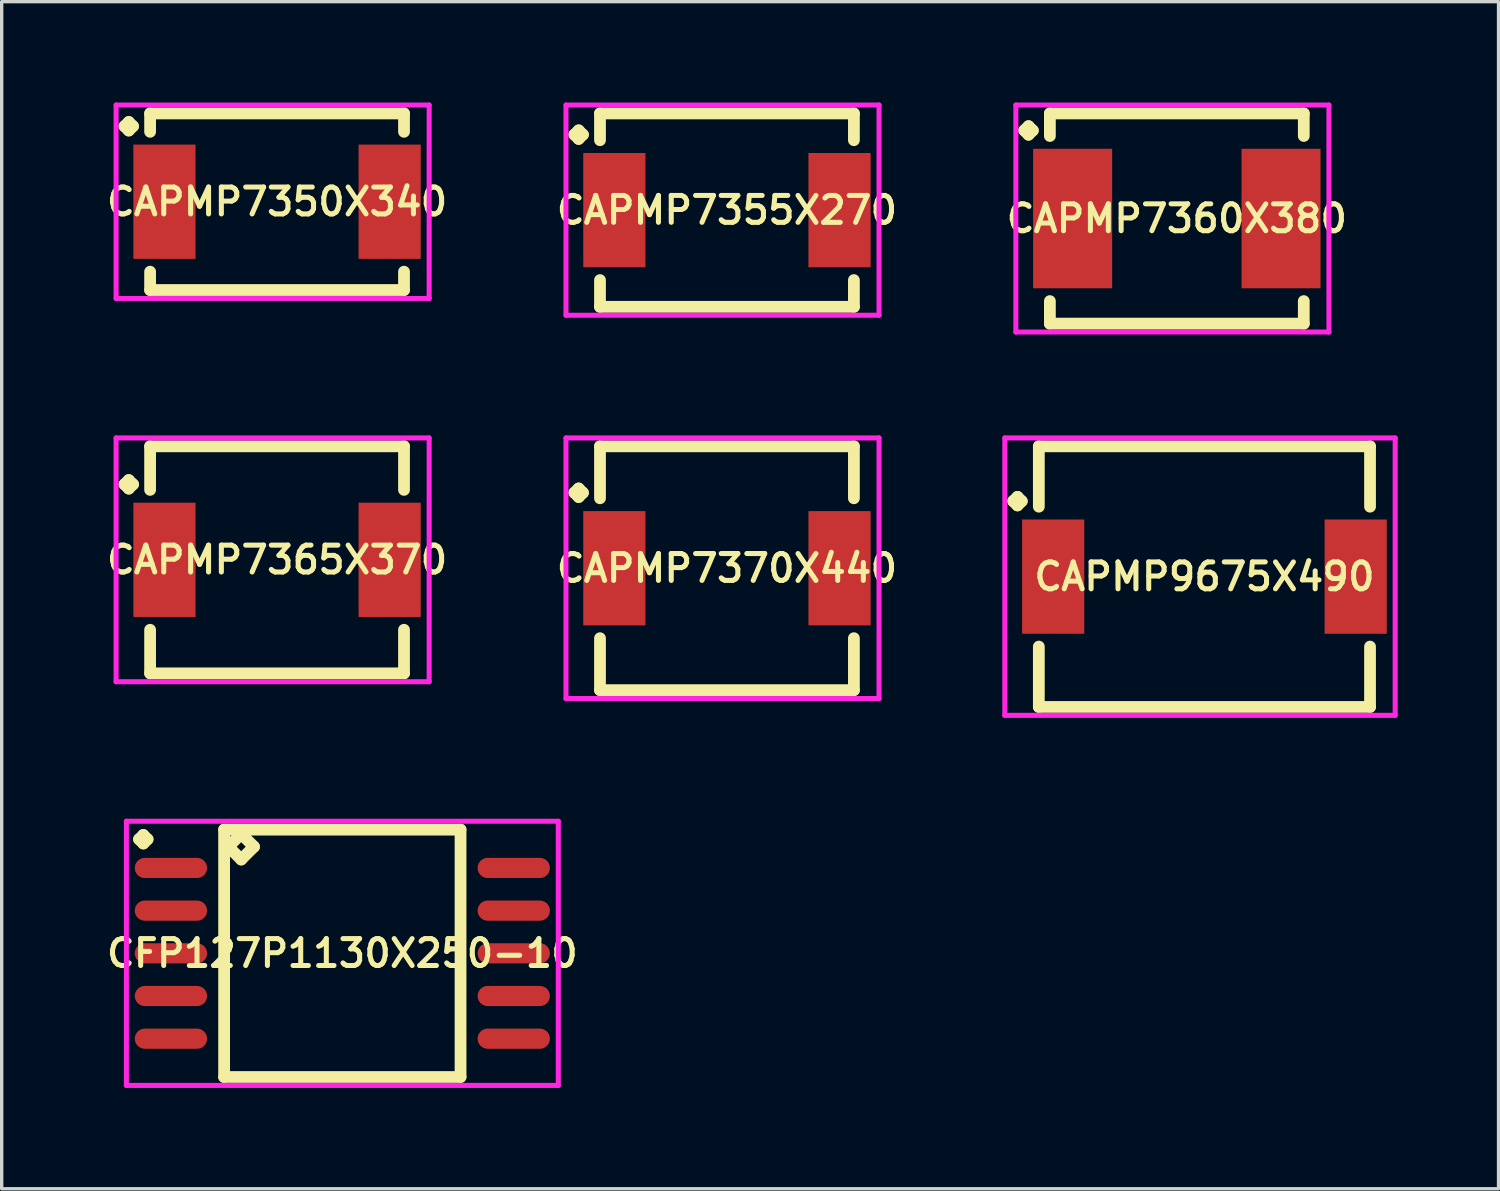
<source format=kicad_pcb>
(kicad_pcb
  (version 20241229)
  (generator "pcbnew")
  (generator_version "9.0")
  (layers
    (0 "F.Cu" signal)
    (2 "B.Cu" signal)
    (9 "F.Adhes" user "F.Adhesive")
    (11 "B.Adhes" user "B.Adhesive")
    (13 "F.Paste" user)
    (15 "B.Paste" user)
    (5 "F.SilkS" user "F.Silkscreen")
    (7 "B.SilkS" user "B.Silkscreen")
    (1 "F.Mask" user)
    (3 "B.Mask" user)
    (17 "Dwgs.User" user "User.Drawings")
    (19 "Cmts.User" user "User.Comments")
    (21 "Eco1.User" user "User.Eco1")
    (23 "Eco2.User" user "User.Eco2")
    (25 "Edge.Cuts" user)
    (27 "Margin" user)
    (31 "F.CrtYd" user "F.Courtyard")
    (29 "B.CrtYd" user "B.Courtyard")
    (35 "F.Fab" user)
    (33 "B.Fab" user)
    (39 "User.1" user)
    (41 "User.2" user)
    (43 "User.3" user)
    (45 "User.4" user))
  (footprint "CAPMP7360X380"
    (layer "F.Cu")
    (at 31.963 3.452)
    (property "Reference" "CAPMP7360X380" (at 0 0 0) (layer "F.SilkS") (effects (font (size 0.8 0.8) (thickness 0.15))))
    (attr smd)
    (fp_line (start -4.539 -2.621) (end -4.412 -2.748) (stroke (width 0.35) (type solid)) (layer "F.SilkS"))
    (fp_line (start -4.412 -2.748) (end -4.285 -2.621) (stroke (width 0.35) (type solid)) (layer "F.SilkS"))
    (fp_line (start -4.412 -2.494) (end -4.539 -2.621) (stroke (width 0.35) (type solid)) (layer "F.SilkS"))
    (fp_line (start -4.285 -2.621) (end -4.412 -2.494) (stroke (width 0.35) (type solid)) (layer "F.SilkS"))
    (fp_line (start -3.777 -3.127) (end 3.777 -3.127) (stroke (width 0.35) (type solid)) (layer "F.SilkS"))
    (fp_line (start -3.777 -2.456) (end -3.777 -3.127) (stroke (width 0.35) (type solid)) (layer "F.SilkS"))
    (fp_line (start -3.777 2.456) (end -3.777 3.127) (stroke (width 0.35) (type solid)) (layer "F.SilkS"))
    (fp_line (start -3.777 3.127) (end 3.777 3.127) (stroke (width 0.35) (type solid)) (layer "F.SilkS"))
    (fp_line (start 3.777 -3.127) (end 3.777 -2.456) (stroke (width 0.35) (type solid)) (layer "F.SilkS"))
    (fp_line (start 3.777 3.127) (end 3.777 2.456) (stroke (width 0.35) (type solid)) (layer "F.SilkS"))
    (fp_line (start -4.789 -3.377) (end 4.525 -3.377) (stroke (width 0.15) (type solid)) (layer "F.CrtYd"))
    (fp_line (start -4.789 3.377) (end -4.789 -3.377) (stroke (width 0.15) (type solid)) (layer "F.CrtYd"))
    (fp_line (start 4.525 -3.377) (end 4.525 3.377) (stroke (width 0.15) (type solid)) (layer "F.CrtYd"))
    (fp_line (start 4.525 3.377) (end -4.789 3.377) (stroke (width 0.15) (type solid)) (layer "F.CrtYd"))
    (pad "1" smd rect (at -3.1 0) (size 2.35 4.15) (layers "F.Cu" "F.Mask" "F.Paste"))
    (pad "2" smd rect (at 3.1 0) (size 2.35 4.15) (layers "F.Cu" "F.Mask" "F.Paste")))
  (footprint "CAPMP7350X340"
    (layer "F.Cu")
    (at 5.193 2.952)
    (property "Reference" "CAPMP7350X340" (at 0 0 0) (layer "F.SilkS") (effects (font (size 0.8 0.8) (thickness 0.15))))
    (attr smd)
    (fp_line (start -4.539 -2.246) (end -4.412 -2.373) (stroke (width 0.35) (type solid)) (layer "F.SilkS"))
    (fp_line (start -4.412 -2.373) (end -4.285 -2.246) (stroke (width 0.35) (type solid)) (layer "F.SilkS"))
    (fp_line (start -4.412 -2.119) (end -4.539 -2.246) (stroke (width 0.35) (type solid)) (layer "F.SilkS"))
    (fp_line (start -4.285 -2.246) (end -4.412 -2.119) (stroke (width 0.35) (type solid)) (layer "F.SilkS"))
    (fp_line (start -3.777 -2.627) (end 3.777 -2.627) (stroke (width 0.35) (type solid)) (layer "F.SilkS"))
    (fp_line (start -3.777 -2.081) (end -3.777 -2.627) (stroke (width 0.35) (type solid)) (layer "F.SilkS"))
    (fp_line (start -3.777 2.081) (end -3.777 2.627) (stroke (width 0.35) (type solid)) (layer "F.SilkS"))
    (fp_line (start -3.777 2.627) (end 3.777 2.627) (stroke (width 0.35) (type solid)) (layer "F.SilkS"))
    (fp_line (start 3.777 -2.627) (end 3.777 -2.081) (stroke (width 0.35) (type solid)) (layer "F.SilkS"))
    (fp_line (start 3.777 2.627) (end 3.777 2.081) (stroke (width 0.35) (type solid)) (layer "F.SilkS"))
    (fp_line (start -4.789 -2.877) (end 4.525 -2.877) (stroke (width 0.15) (type solid)) (layer "F.CrtYd"))
    (fp_line (start -4.789 2.877) (end -4.789 -2.877) (stroke (width 0.15) (type solid)) (layer "F.CrtYd"))
    (fp_line (start 4.525 -2.877) (end 4.525 2.877) (stroke (width 0.15) (type solid)) (layer "F.CrtYd"))
    (fp_line (start 4.525 2.877) (end -4.789 2.877) (stroke (width 0.15) (type solid)) (layer "F.CrtYd"))
    (pad "1" smd rect (at -3.35 0) (size 1.85 3.4) (layers "F.Cu" "F.Mask" "F.Paste"))
    (pad "2" smd rect (at 3.35 0) (size 1.85 3.4) (layers "F.Cu" "F.Mask" "F.Paste")))
  (footprint "CAPMP9675X490"
    (layer "F.Cu")
    (at 32.784 14.106)
    (property "Reference" "CAPMP9675X490" (at 0 0 0) (layer "F.SilkS") (effects (font (size 0.8 0.8) (thickness 0.15))))
    (attr smd)
    (fp_line (start -5.689 -2.246) (end -5.562 -2.373) (stroke (width 0.35) (type solid)) (layer "F.SilkS"))
    (fp_line (start -5.562 -2.373) (end -5.435 -2.246) (stroke (width 0.35) (type solid)) (layer "F.SilkS"))
    (fp_line (start -5.562 -2.119) (end -5.689 -2.246) (stroke (width 0.35) (type solid)) (layer "F.SilkS"))
    (fp_line (start -5.435 -2.246) (end -5.562 -2.119) (stroke (width 0.35) (type solid)) (layer "F.SilkS"))
    (fp_line (start -4.927 -3.877) (end 4.927 -3.877) (stroke (width 0.35) (type solid)) (layer "F.SilkS"))
    (fp_line (start -4.927 -2.081) (end -4.927 -3.877) (stroke (width 0.35) (type solid)) (layer "F.SilkS"))
    (fp_line (start -4.927 2.081) (end -4.927 3.877) (stroke (width 0.35) (type solid)) (layer "F.SilkS"))
    (fp_line (start -4.927 3.877) (end 4.927 3.877) (stroke (width 0.35) (type solid)) (layer "F.SilkS"))
    (fp_line (start 4.927 -3.877) (end 4.927 -2.081) (stroke (width 0.35) (type solid)) (layer "F.SilkS"))
    (fp_line (start 4.927 3.877) (end 4.927 2.081) (stroke (width 0.35) (type solid)) (layer "F.SilkS"))
    (fp_line (start -5.939 -4.127) (end 5.675 -4.127) (stroke (width 0.15) (type solid)) (layer "F.CrtYd"))
    (fp_line (start -5.939 4.127) (end -5.939 -4.127) (stroke (width 0.15) (type solid)) (layer "F.CrtYd"))
    (fp_line (start 5.675 -4.127) (end 5.675 4.127) (stroke (width 0.15) (type solid)) (layer "F.CrtYd"))
    (fp_line (start 5.675 4.127) (end -5.939 4.127) (stroke (width 0.15) (type solid)) (layer "F.CrtYd"))
    (pad "1" smd rect (at -4.5 0) (size 1.85 3.4) (layers "F.Cu" "F.Mask" "F.Paste"))
    (pad "2" smd rect (at 4.5 0) (size 1.85 3.4) (layers "F.Cu" "F.Mask" "F.Paste")))
  (footprint "CAPMP7365X370"
    (layer "F.Cu")
    (at 5.193 13.606)
    (property "Reference" "CAPMP7365X370" (at 0 0 0) (layer "F.SilkS") (effects (font (size 0.8 0.8) (thickness 0.15))))
    (attr smd)
    (fp_line (start -4.539 -2.246) (end -4.412 -2.373) (stroke (width 0.35) (type solid)) (layer "F.SilkS"))
    (fp_line (start -4.412 -2.373) (end -4.285 -2.246) (stroke (width 0.35) (type solid)) (layer "F.SilkS"))
    (fp_line (start -4.412 -2.119) (end -4.539 -2.246) (stroke (width 0.35) (type solid)) (layer "F.SilkS"))
    (fp_line (start -4.285 -2.246) (end -4.412 -2.119) (stroke (width 0.35) (type solid)) (layer "F.SilkS"))
    (fp_line (start -3.777 -3.377) (end 3.777 -3.377) (stroke (width 0.35) (type solid)) (layer "F.SilkS"))
    (fp_line (start -3.777 -2.081) (end -3.777 -3.377) (stroke (width 0.35) (type solid)) (layer "F.SilkS"))
    (fp_line (start -3.777 2.081) (end -3.777 3.377) (stroke (width 0.35) (type solid)) (layer "F.SilkS"))
    (fp_line (start -3.777 3.377) (end 3.777 3.377) (stroke (width 0.35) (type solid)) (layer "F.SilkS"))
    (fp_line (start 3.777 -3.377) (end 3.777 -2.081) (stroke (width 0.35) (type solid)) (layer "F.SilkS"))
    (fp_line (start 3.777 3.377) (end 3.777 2.081) (stroke (width 0.35) (type solid)) (layer "F.SilkS"))
    (fp_line (start -4.789 -3.627) (end 4.525 -3.627) (stroke (width 0.15) (type solid)) (layer "F.CrtYd"))
    (fp_line (start -4.789 3.627) (end -4.789 -3.627) (stroke (width 0.15) (type solid)) (layer "F.CrtYd"))
    (fp_line (start 4.525 -3.627) (end 4.525 3.627) (stroke (width 0.15) (type solid)) (layer "F.CrtYd"))
    (fp_line (start 4.525 3.627) (end -4.789 3.627) (stroke (width 0.15) (type solid)) (layer "F.CrtYd"))
    (pad "1" smd rect (at -3.35 0) (size 1.85 3.4) (layers "F.Cu" "F.Mask" "F.Paste"))
    (pad "2" smd rect (at 3.35 0) (size 1.85 3.4) (layers "F.Cu" "F.Mask" "F.Paste")))
  (footprint "CAPMP7370X440"
    (layer "F.Cu")
    (at 18.578 13.856)
    (property "Reference" "CAPMP7370X440" (at 0 0 0) (layer "F.SilkS") (effects (font (size 0.8 0.8) (thickness 0.15))))
    (attr smd)
    (fp_line (start -4.539 -2.246) (end -4.412 -2.373) (stroke (width 0.35) (type solid)) (layer "F.SilkS"))
    (fp_line (start -4.412 -2.373) (end -4.285 -2.246) (stroke (width 0.35) (type solid)) (layer "F.SilkS"))
    (fp_line (start -4.412 -2.119) (end -4.539 -2.246) (stroke (width 0.35) (type solid)) (layer "F.SilkS"))
    (fp_line (start -4.285 -2.246) (end -4.412 -2.119) (stroke (width 0.35) (type solid)) (layer "F.SilkS"))
    (fp_line (start -3.777 -3.627) (end 3.777 -3.627) (stroke (width 0.35) (type solid)) (layer "F.SilkS"))
    (fp_line (start -3.777 -2.081) (end -3.777 -3.627) (stroke (width 0.35) (type solid)) (layer "F.SilkS"))
    (fp_line (start -3.777 2.081) (end -3.777 3.627) (stroke (width 0.35) (type solid)) (layer "F.SilkS"))
    (fp_line (start -3.777 3.627) (end 3.777 3.627) (stroke (width 0.35) (type solid)) (layer "F.SilkS"))
    (fp_line (start 3.777 -3.627) (end 3.777 -2.081) (stroke (width 0.35) (type solid)) (layer "F.SilkS"))
    (fp_line (start 3.777 3.627) (end 3.777 2.081) (stroke (width 0.35) (type solid)) (layer "F.SilkS"))
    (fp_line (start -4.789 -3.877) (end 4.525 -3.877) (stroke (width 0.15) (type solid)) (layer "F.CrtYd"))
    (fp_line (start -4.789 3.877) (end -4.789 -3.877) (stroke (width 0.15) (type solid)) (layer "F.CrtYd"))
    (fp_line (start 4.525 -3.877) (end 4.525 3.877) (stroke (width 0.15) (type solid)) (layer "F.CrtYd"))
    (fp_line (start 4.525 3.877) (end -4.789 3.877) (stroke (width 0.15) (type solid)) (layer "F.CrtYd"))
    (pad "1" smd rect (at -3.35 0) (size 1.85 3.4) (layers "F.Cu" "F.Mask" "F.Paste"))
    (pad "2" smd rect (at 3.35 0) (size 1.85 3.4) (layers "F.Cu" "F.Mask" "F.Paste")))
  (footprint "CFP127P1130X250-10"
    (layer "F.Cu")
    (at 7.135 25.313)
    (property "Reference" "CFP127P1130X250-10" (at 0 0 0) (layer "F.SilkS") (effects (font (size 0.8 0.8) (thickness 0.15))))
    (attr smd)
    (fp_line (start -6.048 -3.394) (end -5.921 -3.521) (stroke (width 0.35) (type solid)) (layer "F.SilkS"))
    (fp_line (start -5.921 -3.521) (end -5.794 -3.394) (stroke (width 0.35) (type solid)) (layer "F.SilkS"))
    (fp_line (start -5.921 -3.267) (end -6.048 -3.394) (stroke (width 0.35) (type solid)) (layer "F.SilkS"))
    (fp_line (start -5.794 -3.394) (end -5.921 -3.267) (stroke (width 0.35) (type solid)) (layer "F.SilkS"))
    (fp_line (start -3.517 -3.68) (end -3.517 3.68) (stroke (width 0.35) (type solid)) (layer "F.SilkS"))
    (fp_line (start -3.517 3.68) (end 3.517 3.68) (stroke (width 0.35) (type solid)) (layer "F.SilkS"))
    (fp_line (start -3.39 -3.172) (end -3.009 -3.553) (stroke (width 0.35) (type solid)) (layer "F.SilkS"))
    (fp_line (start -3.009 -3.553) (end -2.628 -3.172) (stroke (width 0.35) (type solid)) (layer "F.SilkS"))
    (fp_line (start -3.009 -2.791) (end -3.39 -3.172) (stroke (width 0.35) (type solid)) (layer "F.SilkS"))
    (fp_line (start -2.628 -3.172) (end -3.009 -2.791) (stroke (width 0.35) (type solid)) (layer "F.SilkS"))
    (fp_line (start 3.517 -3.68) (end -3.517 -3.68) (stroke (width 0.35) (type solid)) (layer "F.SilkS"))
    (fp_line (start 3.517 3.68) (end 3.517 -3.68) (stroke (width 0.35) (type solid)) (layer "F.SilkS"))
    (fp_line (start -6.425 -3.93) (end 6.425 -3.93) (stroke (width 0.15) (type solid)) (layer "F.CrtYd"))
    (fp_line (start -6.425 3.93) (end -6.425 -3.93) (stroke (width 0.15) (type solid)) (layer "F.CrtYd"))
    (fp_line (start 6.425 -3.93) (end 6.425 3.93) (stroke (width 0.15) (type solid)) (layer "F.CrtYd"))
    (fp_line (start 6.425 3.93) (end -6.425 3.93) (stroke (width 0.15) (type solid)) (layer "F.CrtYd"))
    (pad "1" smd oval (at -5.1 -2.54) (size 2.15 0.6) (layers "F.Cu" "F.Mask" "F.Paste"))
    (pad "2" smd oval (at -5.1 -1.27) (size 2.15 0.6) (layers "F.Cu" "F.Mask" "F.Paste"))
    (pad "3" smd oval (at -5.1 0) (size 2.15 0.6) (layers "F.Cu" "F.Mask" "F.Paste"))
    (pad "4" smd oval (at -5.1 1.27) (size 2.15 0.6) (layers "F.Cu" "F.Mask" "F.Paste"))
    (pad "5" smd oval (at -5.1 2.54) (size 2.15 0.6) (layers "F.Cu" "F.Mask" "F.Paste"))
    (pad "6" smd oval (at 5.1 2.54) (size 2.15 0.6) (layers "F.Cu" "F.Mask" "F.Paste"))
    (pad "7" smd oval (at 5.1 1.27) (size 2.15 0.6) (layers "F.Cu" "F.Mask" "F.Paste"))
    (pad "8" smd oval (at 5.1 0) (size 2.15 0.6) (layers "F.Cu" "F.Mask" "F.Paste"))
    (pad "9" smd oval (at 5.1 -1.27) (size 2.15 0.6) (layers "F.Cu" "F.Mask" "F.Paste"))
    (pad "10" smd oval (at 5.1 -2.54) (size 2.15 0.6) (layers "F.Cu" "F.Mask" "F.Paste")))
  (footprint "CAPMP7355X270"
    (layer "F.Cu")
    (at 18.578 3.202)
    (property "Reference" "CAPMP7355X270" (at 0 0 0) (layer "F.SilkS") (effects (font (size 0.8 0.8) (thickness 0.15))))
    (attr smd)
    (fp_line (start -4.539 -2.246) (end -4.412 -2.373) (stroke (width 0.35) (type solid)) (layer "F.SilkS"))
    (fp_line (start -4.412 -2.373) (end -4.285 -2.246) (stroke (width 0.35) (type solid)) (layer "F.SilkS"))
    (fp_line (start -4.412 -2.119) (end -4.539 -2.246) (stroke (width 0.35) (type solid)) (layer "F.SilkS"))
    (fp_line (start -4.285 -2.246) (end -4.412 -2.119) (stroke (width 0.35) (type solid)) (layer "F.SilkS"))
    (fp_line (start -3.777 -2.877) (end 3.777 -2.877) (stroke (width 0.35) (type solid)) (layer "F.SilkS"))
    (fp_line (start -3.777 -2.081) (end -3.777 -2.877) (stroke (width 0.35) (type solid)) (layer "F.SilkS"))
    (fp_line (start -3.777 2.081) (end -3.777 2.877) (stroke (width 0.35) (type solid)) (layer "F.SilkS"))
    (fp_line (start -3.777 2.877) (end 3.777 2.877) (stroke (width 0.35) (type solid)) (layer "F.SilkS"))
    (fp_line (start 3.777 -2.877) (end 3.777 -2.081) (stroke (width 0.35) (type solid)) (layer "F.SilkS"))
    (fp_line (start 3.777 2.877) (end 3.777 2.081) (stroke (width 0.35) (type solid)) (layer "F.SilkS"))
    (fp_line (start -4.789 -3.127) (end 4.525 -3.127) (stroke (width 0.15) (type solid)) (layer "F.CrtYd"))
    (fp_line (start -4.789 3.127) (end -4.789 -3.127) (stroke (width 0.15) (type solid)) (layer "F.CrtYd"))
    (fp_line (start 4.525 -3.127) (end 4.525 3.127) (stroke (width 0.15) (type solid)) (layer "F.CrtYd"))
    (fp_line (start 4.525 3.127) (end -4.789 3.127) (stroke (width 0.15) (type solid)) (layer "F.CrtYd"))
    (pad "1" smd rect (at -3.35 0) (size 1.85 3.4) (layers "F.Cu" "F.Mask" "F.Paste"))
    (pad "2" smd rect (at 3.35 0) (size 1.85 3.4) (layers "F.Cu" "F.Mask" "F.Paste")))
  (gr_rect
    (start -3 -3)
    (end 41.534 32.318)
    (stroke (width 0.1) (type default))
    (fill no)
    (layer "Edge.Cuts")))
</source>
